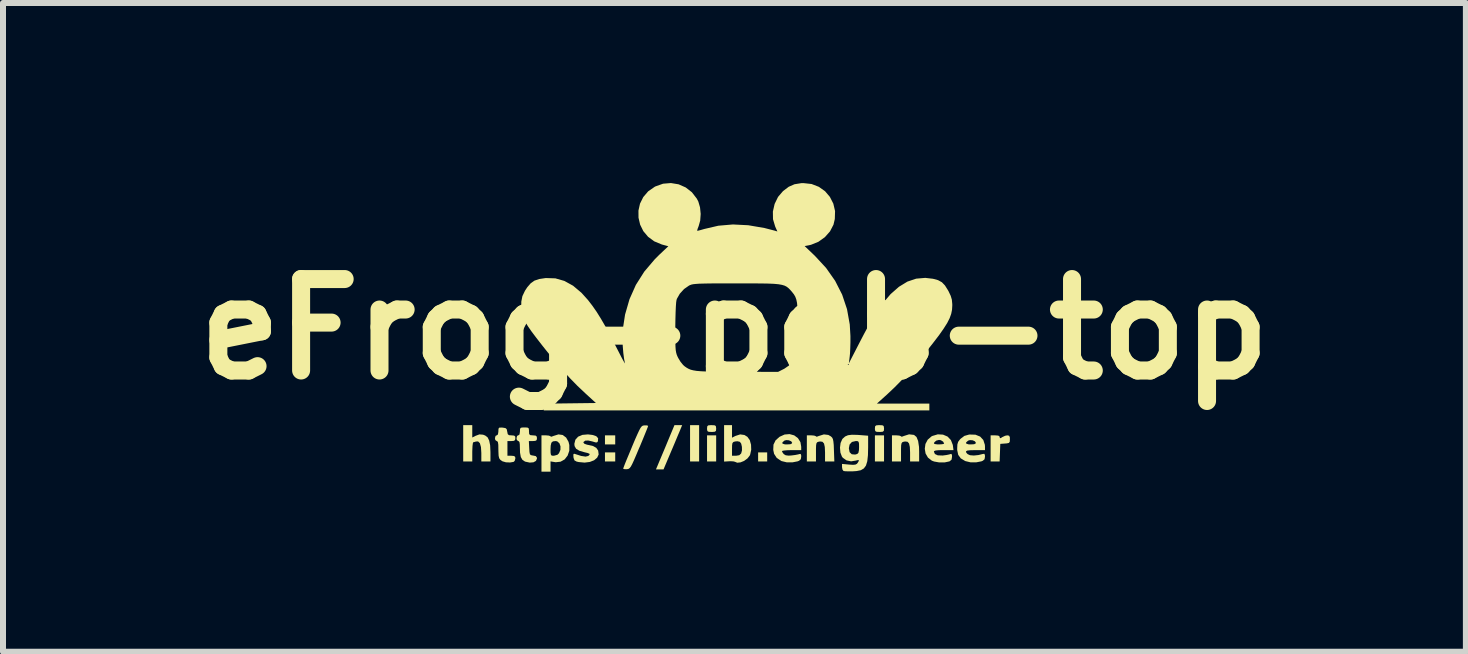
<source format=kicad_pcb>
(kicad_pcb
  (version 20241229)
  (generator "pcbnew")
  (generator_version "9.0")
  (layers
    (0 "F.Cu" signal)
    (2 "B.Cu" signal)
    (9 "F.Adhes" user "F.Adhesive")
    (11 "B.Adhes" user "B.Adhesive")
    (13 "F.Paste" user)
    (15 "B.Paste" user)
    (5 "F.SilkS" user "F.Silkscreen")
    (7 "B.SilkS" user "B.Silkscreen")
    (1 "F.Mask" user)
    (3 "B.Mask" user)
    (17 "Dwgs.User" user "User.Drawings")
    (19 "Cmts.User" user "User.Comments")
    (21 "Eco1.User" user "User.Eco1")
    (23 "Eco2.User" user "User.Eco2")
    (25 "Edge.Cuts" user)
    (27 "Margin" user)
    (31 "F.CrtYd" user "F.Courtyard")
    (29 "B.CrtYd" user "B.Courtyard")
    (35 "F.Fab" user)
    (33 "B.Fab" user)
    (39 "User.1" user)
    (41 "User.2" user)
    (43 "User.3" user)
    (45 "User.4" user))
  (footprint "eFrog-pcb-top"
    (layer "F.Cu")
    (at 9.188 2.434)
    (property "Reference" "eFrog-pcb-top" (at 0 0 0) (layer "F.SilkS") (effects (font (size 1.524 1.524) (thickness 0.3))))
    (attr board_only exclude_from_pos_files exclude_from_bom)
    (fp_poly (pts (xy -1.987 1.921) (xy -2.158 1.921) (xy -2.158 1.77) (xy -1.987 1.77)) (stroke (width 0) (type solid)) (fill yes) (layer "F.SilkS"))
    (fp_poly (pts (xy -1.987 2.205) (xy -2.158 2.205) (xy -2.158 2.054) (xy -1.987 2.054)) (stroke (width 0) (type solid)) (fill yes) (layer "F.SilkS"))
    (fp_poly (pts (xy -0.589 2.205) (xy -0.74 2.205) (xy -0.74 1.6) (xy -0.589 1.6)) (stroke (width 0) (type solid)) (fill yes) (layer "F.SilkS"))
    (fp_poly (pts (xy -0.305 2.205) (xy -0.457 2.205) (xy -0.457 1.77) (xy -0.305 1.77)) (stroke (width 0) (type solid)) (fill yes) (layer "F.SilkS"))
    (fp_poly (pts (xy 0.545 2.205) (xy 0.394 2.205) (xy 0.394 2.054) (xy 0.545 2.054)) (stroke (width 0) (type solid)) (fill yes) (layer "F.SilkS"))
    (fp_poly (pts (xy 2.492 2.205) (xy 2.34 2.205) (xy 2.34 1.77) (xy 2.492 1.77)) (stroke (width 0) (type solid)) (fill yes) (layer "F.SilkS"))
    (fp_poly (pts (xy -0.901 1.671) (xy -0.918 1.712) (xy -0.947 1.78) (xy -0.984 1.869) (xy -1.026 1.969) (xy -1.056 2.039) (xy -1.182 2.337) (xy -1.308 2.337) (xy -1.278 2.266) (xy -1.261 2.225) (xy -1.232 2.156) (xy -1.195 2.068) (xy -1.153 1.968) (xy -1.124 1.898) (xy -1 1.6) (xy -0.872 1.6)) (stroke (width 0) (type solid)) (fill yes) (layer "F.SilkS"))
    (fp_poly (pts (xy -0.333 1.602) (xy -0.311 1.614) (xy -0.306 1.645) (xy -0.305 1.657) (xy -0.308 1.693) (xy -0.325 1.709) (xy -0.365 1.713) (xy -0.381 1.713) (xy -0.43 1.711) (xy -0.451 1.699) (xy -0.457 1.669) (xy -0.457 1.657) (xy -0.454 1.62) (xy -0.438 1.604) (xy -0.397 1.6) (xy -0.381 1.6)) (stroke (width 0) (type solid)) (fill yes) (layer "F.SilkS"))
    (fp_poly (pts (xy 2.464 1.602) (xy 2.486 1.614) (xy 2.491 1.645) (xy 2.492 1.657) (xy 2.489 1.693) (xy 2.472 1.709) (xy 2.432 1.713) (xy 2.416 1.713) (xy 2.367 1.711) (xy 2.346 1.699) (xy 2.34 1.669) (xy 2.34 1.657) (xy 2.343 1.62) (xy 2.36 1.604) (xy 2.4 1.6) (xy 2.416 1.6)) (stroke (width 0) (type solid)) (fill yes) (layer "F.SilkS"))
    (fp_poly (pts (xy 4.396 1.774) (xy 4.417 1.789) (xy 4.419 1.8) (xy 4.423 1.818) (xy 4.44 1.814) (xy 4.461 1.8) (xy 4.51 1.777) (xy 4.546 1.77) (xy 4.576 1.776) (xy 4.588 1.801) (xy 4.589 1.835) (xy 4.587 1.876) (xy 4.573 1.896) (xy 4.536 1.904) (xy 4.509 1.906) (xy 4.429 1.912) (xy 4.418 2.205) (xy 4.268 2.205) (xy 4.268 1.77) (xy 4.344 1.77)) (stroke (width 0) (type solid)) (fill yes) (layer "F.SilkS"))
    (fp_poly (pts (xy -4.369 1.806) (xy -4.317 1.779) (xy -4.25 1.754) (xy -4.189 1.759) (xy -4.153 1.773) (xy -4.113 1.804) (xy -4.087 1.857) (xy -4.071 1.937) (xy -4.066 2.049) (xy -4.066 2.056) (xy -4.066 2.205) (xy -4.218 2.205) (xy -4.218 2.064) (xy -4.224 1.966) (xy -4.242 1.901) (xy -4.272 1.871) (xy -4.307 1.873) (xy -4.342 1.883) (xy -4.351 1.883) (xy -4.359 1.901) (xy -4.365 1.947) (xy -4.368 2.014) (xy -4.369 2.044) (xy -4.369 2.205) (xy -4.52 2.205) (xy -4.52 1.6) (xy -4.369 1.6)) (stroke (width 0) (type solid)) (fill yes) (layer "F.SilkS"))
    (fp_poly (pts (xy 2.988 1.762) (xy 2.992 1.763) (xy 3.033 1.797) (xy 3.06 1.863) (xy 3.075 1.963) (xy 3.077 2.043) (xy 3.077 2.205) (xy 2.926 2.205) (xy 2.926 2.054) (xy 2.922 1.964) (xy 2.909 1.906) (xy 2.884 1.877) (xy 2.843 1.872) (xy 2.816 1.877) (xy 2.796 1.885) (xy 2.784 1.902) (xy 2.777 1.936) (xy 2.775 1.995) (xy 2.775 2.046) (xy 2.775 2.205) (xy 2.624 2.205) (xy 2.624 1.77) (xy 2.699 1.77) (xy 2.747 1.774) (xy 2.773 1.784) (xy 2.775 1.788) (xy 2.789 1.793) (xy 2.824 1.78) (xy 2.827 1.779) (xy 2.909 1.753)) (stroke (width 0) (type solid)) (fill yes) (layer "F.SilkS"))
    (fp_poly (pts (xy 1.564 1.763) (xy 1.606 1.787) (xy 1.627 1.807) (xy 1.64 1.832) (xy 1.648 1.871) (xy 1.654 1.931) (xy 1.657 2.014) (xy 1.664 2.205) (xy 1.509 2.205) (xy 1.509 2.054) (xy 1.505 1.964) (xy 1.492 1.906) (xy 1.466 1.877) (xy 1.426 1.872) (xy 1.398 1.877) (xy 1.378 1.885) (xy 1.366 1.902) (xy 1.36 1.936) (xy 1.358 1.995) (xy 1.358 2.046) (xy 1.358 2.205) (xy 1.206 2.205) (xy 1.206 1.77) (xy 1.282 1.77) (xy 1.329 1.774) (xy 1.356 1.784) (xy 1.358 1.788) (xy 1.372 1.793) (xy 1.406 1.78) (xy 1.41 1.779) (xy 1.49 1.754)) (stroke (width 0) (type solid)) (fill yes) (layer "F.SilkS"))
    (fp_poly (pts (xy -1.458 1.604) (xy -1.44 1.612) (xy -1.439 1.613) (xy -1.446 1.635) (xy -1.466 1.686) (xy -1.496 1.76) (xy -1.534 1.853) (xy -1.578 1.959) (xy -1.587 1.978) (xy -1.637 2.097) (xy -1.675 2.185) (xy -1.704 2.248) (xy -1.726 2.289) (xy -1.745 2.314) (xy -1.762 2.327) (xy -1.781 2.332) (xy -1.795 2.334) (xy -1.836 2.333) (xy -1.855 2.325) (xy -1.855 2.324) (xy -1.847 2.303) (xy -1.828 2.252) (xy -1.798 2.178) (xy -1.759 2.085) (xy -1.715 1.979) (xy -1.707 1.959) (xy -1.657 1.84) (xy -1.618 1.752) (xy -1.589 1.69) (xy -1.567 1.648) (xy -1.548 1.623) (xy -1.531 1.61) (xy -1.512 1.605) (xy -1.499 1.604)) (stroke (width 0) (type solid)) (fill yes) (layer "F.SilkS"))
    (fp_poly (pts (xy -0.041 1.809) (xy 0.015 1.78) (xy 0.095 1.754) (xy 0.166 1.764) (xy 0.216 1.795) (xy 0.255 1.85) (xy 0.276 1.926) (xy 0.279 2.01) (xy 0.262 2.088) (xy 0.254 2.107) (xy 0.215 2.156) (xy 0.16 2.196) (xy 0.101 2.22) (xy 0.046 2.226) (xy 0.009 2.211) (xy -0.016 2.204) (xy -0.065 2.201) (xy -0.089 2.202) (xy -0.173 2.207) (xy -0.173 2.11) (xy -0.041 2.11) (xy 0.025 2.11) (xy 0.08 2.101) (xy 0.111 2.072) (xy 0.125 2.021) (xy 0.124 1.962) (xy 0.112 1.908) (xy 0.09 1.878) (xy 0.049 1.868) (xy 0.009 1.872) (xy -0.019 1.881) (xy -0.034 1.899) (xy -0.04 1.935) (xy -0.041 1.997) (xy -0.041 2.11) (xy -0.173 2.11) (xy -0.173 1.6) (xy -0.041 1.6)) (stroke (width 0) (type solid)) (fill yes) (layer "F.SilkS"))
    (fp_poly (pts (xy -2.862 1.764) (xy -2.805 1.807) (xy -2.765 1.878) (xy -2.752 1.931) (xy -2.752 2.026) (xy -2.78 2.107) (xy -2.83 2.171) (xy -2.898 2.209) (xy -2.979 2.218) (xy -2.991 2.216) (xy -3.065 2.204) (xy -3.065 2.375) (xy -3.216 2.375) (xy -3.216 1.999) (xy -3.065 1.999) (xy -3.064 2.061) (xy -3.058 2.094) (xy -3.044 2.108) (xy -3.016 2.11) (xy -3.009 2.11) (xy -2.95 2.094) (xy -2.924 2.068) (xy -2.9 2.012) (xy -2.899 1.953) (xy -2.917 1.902) (xy -2.953 1.87) (xy -2.979 1.865) (xy -3.025 1.87) (xy -3.051 1.893) (xy -3.062 1.94) (xy -3.065 1.999) (xy -3.216 1.999) (xy -3.216 1.77) (xy -3.14 1.77) (xy -3.093 1.774) (xy -3.067 1.784) (xy -3.065 1.788) (xy -3.051 1.793) (xy -3.016 1.78) (xy -3.013 1.779) (xy -2.933 1.754)) (stroke (width 0) (type solid)) (fill yes) (layer "F.SilkS"))
    (fp_poly (pts (xy -3.863 1.641) (xy -3.816 1.649) (xy -3.795 1.667) (xy -3.787 1.707) (xy -3.786 1.709) (xy -3.778 1.75) (xy -3.757 1.767) (xy -3.716 1.77) (xy -3.671 1.774) (xy -3.653 1.79) (xy -3.651 1.817) (xy -3.656 1.849) (xy -3.678 1.862) (xy -3.717 1.865) (xy -3.783 1.865) (xy -3.783 2.11) (xy -3.717 2.11) (xy -3.672 2.114) (xy -3.654 2.13) (xy -3.651 2.155) (xy -3.662 2.195) (xy -3.68 2.212) (xy -3.739 2.222) (xy -3.808 2.219) (xy -3.864 2.203) (xy -3.868 2.201) (xy -3.9 2.179) (xy -3.92 2.152) (xy -3.93 2.11) (xy -3.933 2.045) (xy -3.934 2.002) (xy -3.935 1.928) (xy -3.941 1.886) (xy -3.953 1.867) (xy -3.962 1.865) (xy -3.985 1.848) (xy -3.991 1.817) (xy -3.981 1.779) (xy -3.962 1.77) (xy -3.942 1.756) (xy -3.934 1.711) (xy -3.934 1.703) (xy -3.932 1.659) (xy -3.918 1.641) (xy -3.881 1.64)) (stroke (width 0) (type solid)) (fill yes) (layer "F.SilkS"))
    (fp_poly (pts (xy -3.451 1.64) (xy -3.429 1.652) (xy -3.424 1.684) (xy -3.424 1.704) (xy -3.421 1.748) (xy -3.404 1.766) (xy -3.363 1.77) (xy -3.358 1.77) (xy -3.313 1.774) (xy -3.295 1.79) (xy -3.291 1.817) (xy -3.296 1.849) (xy -3.318 1.862) (xy -3.359 1.865) (xy -3.426 1.865) (xy -3.42 1.983) (xy -3.416 2.047) (xy -3.409 2.083) (xy -3.394 2.099) (xy -3.366 2.105) (xy -3.353 2.107) (xy -3.31 2.116) (xy -3.293 2.139) (xy -3.291 2.157) (xy -3.308 2.196) (xy -3.35 2.219) (xy -3.411 2.224) (xy -3.482 2.209) (xy -3.493 2.205) (xy -3.534 2.177) (xy -3.56 2.131) (xy -3.573 2.059) (xy -3.575 1.989) (xy -3.577 1.919) (xy -3.583 1.881) (xy -3.597 1.866) (xy -3.603 1.865) (xy -3.626 1.848) (xy -3.632 1.817) (xy -3.622 1.779) (xy -3.603 1.77) (xy -3.582 1.756) (xy -3.575 1.71) (xy -3.575 1.704) (xy -3.573 1.662) (xy -3.559 1.643) (xy -3.522 1.638) (xy -3.499 1.638)) (stroke (width 0) (type solid)) (fill yes) (layer "F.SilkS"))
    (fp_poly (pts (xy -2.367 1.763) (xy -2.303 1.784) (xy -2.272 1.818) (xy -2.275 1.865) (xy -2.278 1.873) (xy -2.29 1.887) (xy -2.317 1.887) (xy -2.366 1.872) (xy -2.435 1.856) (xy -2.486 1.858) (xy -2.514 1.879) (xy -2.517 1.892) (xy -2.499 1.911) (xy -2.455 1.926) (xy -2.439 1.929) (xy -2.356 1.948) (xy -2.303 1.978) (xy -2.273 2.021) (xy -2.271 2.026) (xy -2.263 2.089) (xy -2.288 2.142) (xy -2.339 2.185) (xy -2.41 2.213) (xy -2.497 2.224) (xy -2.594 2.215) (xy -2.63 2.207) (xy -2.666 2.187) (xy -2.681 2.146) (xy -2.683 2.131) (xy -2.685 2.089) (xy -2.674 2.076) (xy -2.655 2.081) (xy -2.555 2.113) (xy -2.481 2.124) (xy -2.435 2.113) (xy -2.433 2.111) (xy -2.413 2.091) (xy -2.416 2.077) (xy -2.447 2.064) (xy -2.501 2.051) (xy -2.586 2.026) (xy -2.639 1.993) (xy -2.664 1.949) (xy -2.668 1.912) (xy -2.651 1.843) (xy -2.605 1.792) (xy -2.534 1.762) (xy -2.441 1.754)) (stroke (width 0) (type solid)) (fill yes) (layer "F.SilkS"))
    (fp_poly (pts (xy 0.995 1.77) (xy 1.057 1.816) (xy 1.099 1.883) (xy 1.112 1.96) (xy 1.112 2.016) (xy 0.951 2.016) (xy 0.879 2.018) (xy 0.823 2.023) (xy 0.793 2.03) (xy 0.791 2.033) (xy 0.803 2.059) (xy 0.822 2.083) (xy 0.854 2.102) (xy 0.902 2.108) (xy 0.95 2.105) (xy 1.012 2.097) (xy 1.063 2.087) (xy 1.079 2.082) (xy 1.102 2.079) (xy 1.111 2.101) (xy 1.112 2.125) (xy 1.105 2.168) (xy 1.077 2.193) (xy 1.052 2.203) (xy 0.965 2.22) (xy 0.869 2.219) (xy 0.786 2.199) (xy 0.781 2.197) (xy 0.705 2.147) (xy 0.66 2.078) (xy 0.646 2.012) (xy 0.65 1.924) (xy 0.668 1.888) (xy 0.798 1.888) (xy 0.8 1.908) (xy 0.839 1.92) (xy 0.874 1.921) (xy 0.931 1.918) (xy 0.957 1.905) (xy 0.961 1.893) (xy 0.945 1.869) (xy 0.906 1.852) (xy 0.862 1.849) (xy 0.831 1.858) (xy 0.798 1.888) (xy 0.668 1.888) (xy 0.685 1.853) (xy 0.751 1.794) (xy 0.835 1.756) (xy 0.918 1.749)) (stroke (width 0) (type solid)) (fill yes) (layer "F.SilkS"))
    (fp_poly (pts (xy 3.475 1.758) (xy 3.55 1.79) (xy 3.606 1.848) (xy 3.637 1.927) (xy 3.639 1.937) (xy 3.649 2.016) (xy 3.486 2.016) (xy 3.404 2.017) (xy 3.353 2.022) (xy 3.328 2.031) (xy 3.323 2.042) (xy 3.34 2.081) (xy 3.387 2.103) (xy 3.464 2.106) (xy 3.469 2.106) (xy 3.53 2.098) (xy 3.579 2.088) (xy 3.592 2.083) (xy 3.615 2.079) (xy 3.624 2.1) (xy 3.625 2.128) (xy 3.617 2.175) (xy 3.587 2.201) (xy 3.577 2.205) (xy 3.501 2.221) (xy 3.411 2.221) (xy 3.327 2.206) (xy 3.289 2.192) (xy 3.224 2.141) (xy 3.184 2.072) (xy 3.171 1.993) (xy 3.182 1.913) (xy 3.186 1.906) (xy 3.323 1.906) (xy 3.34 1.915) (xy 3.383 1.921) (xy 3.408 1.921) (xy 3.459 1.918) (xy 3.489 1.911) (xy 3.493 1.906) (xy 3.477 1.875) (xy 3.439 1.851) (xy 3.408 1.846) (xy 3.364 1.857) (xy 3.331 1.884) (xy 3.323 1.906) (xy 3.186 1.906) (xy 3.22 1.842) (xy 3.282 1.788) (xy 3.297 1.78) (xy 3.388 1.753)) (stroke (width 0) (type solid)) (fill yes) (layer "F.SilkS"))
    (fp_poly (pts (xy 4.015 1.759) (xy 4.093 1.79) (xy 4.146 1.847) (xy 4.172 1.927) (xy 4.174 1.958) (xy 4.174 2.016) (xy 4.013 2.016) (xy 3.928 2.018) (xy 3.877 2.024) (xy 3.857 2.037) (xy 3.863 2.059) (xy 3.884 2.082) (xy 3.924 2.101) (xy 3.989 2.106) (xy 4.066 2.098) (xy 4.131 2.082) (xy 4.161 2.077) (xy 4.172 2.094) (xy 4.174 2.125) (xy 4.167 2.168) (xy 4.138 2.193) (xy 4.114 2.203) (xy 4.026 2.22) (xy 3.931 2.219) (xy 3.848 2.199) (xy 3.843 2.197) (xy 3.77 2.153) (xy 3.728 2.095) (xy 3.711 2.014) (xy 3.711 1.986) (xy 3.714 1.921) (xy 3.724 1.888) (xy 3.859 1.888) (xy 3.862 1.908) (xy 3.9 1.92) (xy 3.936 1.921) (xy 3.993 1.918) (xy 4.019 1.905) (xy 4.022 1.893) (xy 4.006 1.869) (xy 3.968 1.852) (xy 3.923 1.849) (xy 3.893 1.858) (xy 3.859 1.888) (xy 3.724 1.888) (xy 3.727 1.878) (xy 3.757 1.838) (xy 3.77 1.825) (xy 3.831 1.779) (xy 3.905 1.758) (xy 3.916 1.756)) (stroke (width 0) (type solid)) (fill yes) (layer "F.SilkS"))
    (fp_poly (pts (xy 2.046 1.762) (xy 2.076 1.764) (xy 2.227 1.776) (xy 2.227 1.967) (xy 2.224 2.1) (xy 2.213 2.201) (xy 2.191 2.273) (xy 2.156 2.321) (xy 2.105 2.351) (xy 2.034 2.365) (xy 1.975 2.369) (xy 1.905 2.37) (xy 1.848 2.368) (xy 1.817 2.364) (xy 1.816 2.363) (xy 1.799 2.339) (xy 1.792 2.299) (xy 1.792 2.246) (xy 1.909 2.257) (xy 1.976 2.261) (xy 2.016 2.257) (xy 2.04 2.244) (xy 2.05 2.232) (xy 2.073 2.194) (xy 2.066 2.18) (xy 2.03 2.188) (xy 2.023 2.19) (xy 1.943 2.203) (xy 1.867 2.187) (xy 1.806 2.144) (xy 1.79 2.123) (xy 1.765 2.057) (xy 1.759 1.985) (xy 1.906 1.985) (xy 1.918 2.05) (xy 1.954 2.085) (xy 2.011 2.09) (xy 2.046 2.08) (xy 2.065 2.061) (xy 2.074 2.017) (xy 2.076 1.967) (xy 2.075 1.908) (xy 2.068 1.878) (xy 2.051 1.866) (xy 2.02 1.865) (xy 1.957 1.88) (xy 1.918 1.923) (xy 1.906 1.985) (xy 1.759 1.985) (xy 1.758 1.976) (xy 1.768 1.897) (xy 1.796 1.834) (xy 1.803 1.825) (xy 1.843 1.789) (xy 1.891 1.768) (xy 1.956 1.76)) (stroke (width 0) (type solid)) (fill yes) (layer "F.SilkS"))
    (fp_poly (pts (xy -0.931 -2.413) (xy -0.813 -2.361) (xy -0.71 -2.281) (xy -0.628 -2.175) (xy -0.602 -2.125) (xy -0.574 -2.029) (xy -0.563 -1.919) (xy -0.571 -1.809) (xy -0.596 -1.719) (xy -0.614 -1.672) (xy -0.622 -1.643) (xy -0.621 -1.639) (xy -0.602 -1.641) (xy -0.557 -1.653) (xy -0.501 -1.669) (xy -0.269 -1.723) (xy -0.026 -1.744) (xy 0.23 -1.731) (xy 0.499 -1.685) (xy 0.673 -1.64) (xy 0.715 -1.627) (xy 0.678 -1.71) (xy 0.642 -1.831) (xy 0.64 -1.959) (xy 0.669 -2.086) (xy 0.726 -2.203) (xy 0.809 -2.3) (xy 0.904 -2.372) (xy 1 -2.414) (xy 1.112 -2.432) (xy 1.15 -2.433) (xy 1.285 -2.418) (xy 1.406 -2.371) (xy 1.509 -2.298) (xy 1.59 -2.203) (xy 1.647 -2.091) (xy 1.676 -1.967) (xy 1.672 -1.835) (xy 1.65 -1.741) (xy 1.592 -1.629) (xy 1.506 -1.532) (xy 1.398 -1.455) (xy 1.277 -1.406) (xy 1.239 -1.397) (xy 1.169 -1.384) (xy 1.339 -1.222) (xy 1.526 -1.02) (xy 1.677 -0.805) (xy 1.794 -0.575) (xy 1.875 -0.333) (xy 1.921 -0.077) (xy 1.932 0.116) (xy 1.932 0.219) (xy 1.929 0.32) (xy 1.925 0.407) (xy 1.92 0.457) (xy 1.906 0.57) (xy 2.081 0.23) (xy 2.16 0.078) (xy 2.227 -0.046) (xy 2.283 -0.148) (xy 2.334 -0.232) (xy 2.381 -0.307) (xy 2.43 -0.376) (xy 2.466 -0.424) (xy 2.602 -0.584) (xy 2.741 -0.706) (xy 2.882 -0.792) (xy 3.028 -0.841) (xy 3.179 -0.854) (xy 3.308 -0.839) (xy 3.392 -0.816) (xy 3.456 -0.781) (xy 3.507 -0.728) (xy 3.558 -0.647) (xy 3.567 -0.631) (xy 3.603 -0.555) (xy 3.622 -0.491) (xy 3.629 -0.417) (xy 3.629 -0.392) (xy 3.625 -0.323) (xy 3.611 -0.254) (xy 3.585 -0.182) (xy 3.544 -0.101) (xy 3.485 -0.008) (xy 3.408 0.102) (xy 3.309 0.231) (xy 3.213 0.353) (xy 3.06 0.539) (xy 2.922 0.7) (xy 2.794 0.842) (xy 2.668 0.97) (xy 2.54 1.091) (xy 2.503 1.124) (xy 2.373 1.241) (xy 3.247 1.241) (xy 3.247 1.354) (xy -3.178 1.354) (xy -3.178 1.242) (xy -2.309 1.231) (xy -2.49 1.065) (xy -2.619 0.943) (xy -2.743 0.816) (xy -2.868 0.678) (xy -3.001 0.523) (xy -3.145 0.345) (xy -3.203 0.272) (xy -3.304 0.142) (xy -3.383 0.037) (xy -3.443 -0.05) (xy -3.486 -0.121) (xy -3.516 -0.184) (xy -3.536 -0.241) (xy -3.547 -0.299) (xy -3.552 -0.347) (xy -3.552 -0.457) (xy -3.534 -0.549) (xy -3.491 -0.639) (xy -3.453 -0.697) (xy -3.396 -0.763) (xy -3.333 -0.808) (xy -3.253 -0.835) (xy -3.146 -0.851) (xy -3.139 -0.851) (xy -2.984 -0.846) (xy -2.834 -0.803) (xy -2.689 -0.723) (xy -2.549 -0.605) (xy -2.441 -0.485) (xy -2.367 -0.389) (xy -2.296 -0.287) (xy -2.225 -0.173) (xy -2.149 -0.042) (xy -2.066 0.113) (xy -1.972 0.296) (xy -1.923 0.391) (xy -1.882 0.471) (xy -1.85 0.53) (xy -1.83 0.565) (xy -1.825 0.571) (xy -1.825 0.57) (xy -1.839 0.497) (xy -1.852 0.399) (xy -1.861 0.289) (xy -1.867 0.179) (xy -1.867 0.082) (xy -1.865 0.032) (xy -1.858 -0.015) (xy -0.986 -0.015) (xy -0.986 0.118) (xy -0.985 0.219) (xy -0.983 0.294) (xy -0.979 0.349) (xy -0.972 0.39) (xy -0.963 0.423) (xy -0.95 0.455) (xy -0.937 0.481) (xy -0.899 0.544) (xy -0.855 0.598) (xy -0.83 0.62) (xy -0.797 0.643) (xy -0.765 0.661) (xy -0.729 0.676) (xy -0.685 0.687) (xy -0.63 0.696) (xy -0.558 0.702) (xy -0.468 0.706) (xy -0.353 0.709) (xy -0.21 0.71) (xy -0.035 0.711) (xy 0.045 0.711) (xy 0.727 0.712) (xy 0.83 0.66) (xy 0.932 0.59) (xy 0.933 0.589) (xy 1.887 0.589) (xy 1.896 0.598) (xy 1.906 0.589) (xy 1.896 0.579) (xy 1.887 0.589) (xy 0.933 0.589) (xy 0.989 0.526) (xy 1.046 0.444) (xy 1.052 0.016) (xy 1.053 -0.141) (xy 1.053 -0.266) (xy 1.049 -0.363) (xy 1.042 -0.438) (xy 1.03 -0.495) (xy 1.013 -0.541) (xy 0.99 -0.58) (xy 0.96 -0.618) (xy 0.957 -0.622) (xy 0.927 -0.656) (xy 0.899 -0.684) (xy 0.869 -0.707) (xy 0.834 -0.725) (xy 0.789 -0.738) (xy 0.732 -0.748) (xy 0.657 -0.755) (xy 0.561 -0.759) (xy 0.441 -0.761) (xy 0.292 -0.762) (xy 0.111 -0.762) (xy 0.035 -0.762) (xy -0.15 -0.762) (xy -0.301 -0.762) (xy -0.422 -0.761) (xy -0.517 -0.759) (xy -0.59 -0.757) (xy -0.644 -0.753) (xy -0.684 -0.749) (xy -0.714 -0.743) (xy -0.737 -0.735) (xy -0.757 -0.726) (xy -0.84 -0.668) (xy -0.911 -0.59) (xy -0.959 -0.506) (xy -0.966 -0.484) (xy -0.972 -0.444) (xy -0.977 -0.372) (xy -0.981 -0.277) (xy -0.984 -0.165) (xy -0.986 -0.042) (xy -0.986 -0.015) (xy -1.858 -0.015) (xy -1.823 -0.243) (xy -1.749 -0.499) (xy -1.643 -0.737) (xy -1.503 -0.958) (xy -1.329 -1.163) (xy -1.251 -1.241) (xy -1.102 -1.381) (xy -1.21 -1.41) (xy -1.337 -1.463) (xy -1.44 -1.539) (xy -1.519 -1.633) (xy -1.572 -1.741) (xy -1.599 -1.857) (xy -1.6 -1.975) (xy -1.574 -2.091) (xy -1.52 -2.2) (xy -1.438 -2.296) (xy -1.327 -2.373) (xy -1.319 -2.377) (xy -1.19 -2.423) (xy -1.059 -2.434)) (stroke (width 0) (type solid)) (fill yes) (layer "F.SilkS")))
  (gr_rect
    (start -3 -3)
    (end 21.375 7.809)
    (stroke (width 0.1) (type default))
    (fill no)
    (layer "Edge.Cuts")))
</source>
